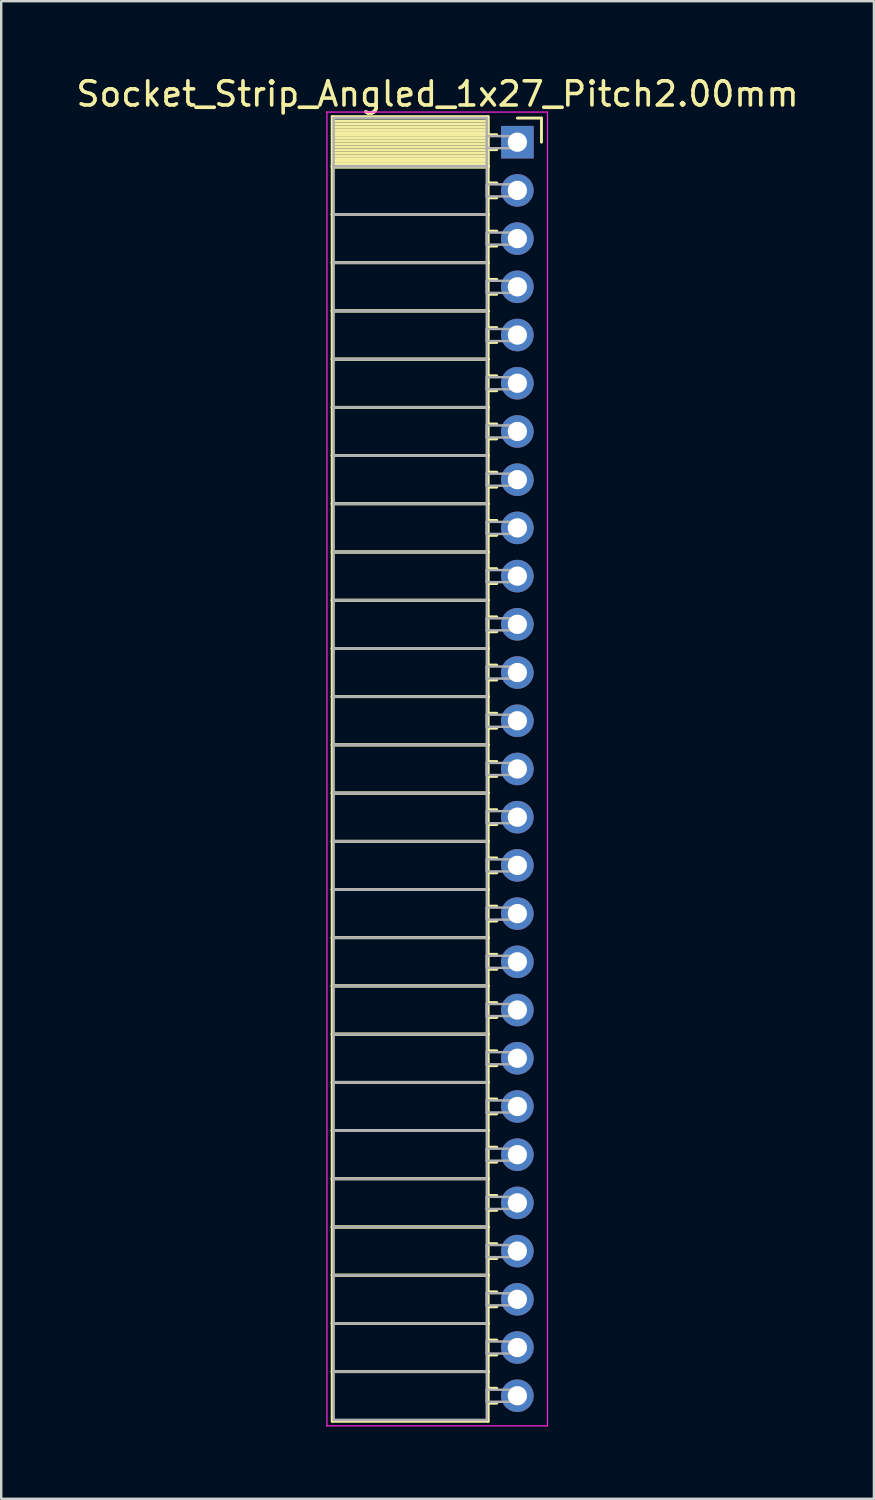
<source format=kicad_pcb>
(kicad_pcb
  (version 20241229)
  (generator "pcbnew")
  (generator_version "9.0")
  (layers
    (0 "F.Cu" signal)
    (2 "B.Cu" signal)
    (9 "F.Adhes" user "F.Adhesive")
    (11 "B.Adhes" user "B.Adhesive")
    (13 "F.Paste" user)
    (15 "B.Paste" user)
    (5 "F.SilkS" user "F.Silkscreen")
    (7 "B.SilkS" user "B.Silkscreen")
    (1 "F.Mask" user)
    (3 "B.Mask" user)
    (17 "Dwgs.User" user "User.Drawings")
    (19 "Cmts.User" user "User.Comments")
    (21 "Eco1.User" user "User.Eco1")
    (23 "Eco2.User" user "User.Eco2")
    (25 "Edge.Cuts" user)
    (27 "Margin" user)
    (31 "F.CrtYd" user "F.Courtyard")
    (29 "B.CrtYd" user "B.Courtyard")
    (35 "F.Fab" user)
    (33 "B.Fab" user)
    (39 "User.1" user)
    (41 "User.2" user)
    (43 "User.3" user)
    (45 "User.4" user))
  (footprint "Socket_Strip_Angled_1x27_Pitch2.00mm"
    (layer "F.Cu")
    (at 18.411 2.848)
    (property "Reference" "Socket_Strip_Angled_1x27_Pitch2.00mm" (at -3.31 -2 0) (layer "F.SilkS") (effects (font (size 1 1) (thickness 0.15))))
    (attr through_hole)
    (fp_line (start -7.68 -1.06) (end -1.21 -1.06) (stroke (width 0.12) (type solid)) (layer "F.SilkS"))
    (fp_line (start -7.68 1) (end -7.68 -1.06) (stroke (width 0.12) (type solid)) (layer "F.SilkS"))
    (fp_line (start -7.68 1) (end -1.21 1) (stroke (width 0.12) (type solid)) (layer "F.SilkS"))
    (fp_line (start -7.68 3) (end -7.68 1) (stroke (width 0.12) (type solid)) (layer "F.SilkS"))
    (fp_line (start -7.68 3) (end -1.21 3) (stroke (width 0.12) (type solid)) (layer "F.SilkS"))
    (fp_line (start -7.68 5) (end -7.68 3) (stroke (width 0.12) (type solid)) (layer "F.SilkS"))
    (fp_line (start -7.68 5) (end -1.21 5) (stroke (width 0.12) (type solid)) (layer "F.SilkS"))
    (fp_line (start -7.68 7) (end -7.68 5) (stroke (width 0.12) (type solid)) (layer "F.SilkS"))
    (fp_line (start -7.68 7) (end -1.21 7) (stroke (width 0.12) (type solid)) (layer "F.SilkS"))
    (fp_line (start -7.68 9) (end -7.68 7) (stroke (width 0.12) (type solid)) (layer "F.SilkS"))
    (fp_line (start -7.68 9) (end -1.21 9) (stroke (width 0.12) (type solid)) (layer "F.SilkS"))
    (fp_line (start -7.68 11) (end -7.68 9) (stroke (width 0.12) (type solid)) (layer "F.SilkS"))
    (fp_line (start -7.68 11) (end -1.21 11) (stroke (width 0.12) (type solid)) (layer "F.SilkS"))
    (fp_line (start -7.68 13) (end -7.68 11) (stroke (width 0.12) (type solid)) (layer "F.SilkS"))
    (fp_line (start -7.68 13) (end -1.21 13) (stroke (width 0.12) (type solid)) (layer "F.SilkS"))
    (fp_line (start -7.68 15) (end -7.68 13) (stroke (width 0.12) (type solid)) (layer "F.SilkS"))
    (fp_line (start -7.68 15) (end -1.21 15) (stroke (width 0.12) (type solid)) (layer "F.SilkS"))
    (fp_line (start -7.68 17) (end -7.68 15) (stroke (width 0.12) (type solid)) (layer "F.SilkS"))
    (fp_line (start -7.68 17) (end -1.21 17) (stroke (width 0.12) (type solid)) (layer "F.SilkS"))
    (fp_line (start -7.68 19) (end -7.68 17) (stroke (width 0.12) (type solid)) (layer "F.SilkS"))
    (fp_line (start -7.68 19) (end -1.21 19) (stroke (width 0.12) (type solid)) (layer "F.SilkS"))
    (fp_line (start -7.68 21) (end -7.68 19) (stroke (width 0.12) (type solid)) (layer "F.SilkS"))
    (fp_line (start -7.68 21) (end -1.21 21) (stroke (width 0.12) (type solid)) (layer "F.SilkS"))
    (fp_line (start -7.68 23) (end -7.68 21) (stroke (width 0.12) (type solid)) (layer "F.SilkS"))
    (fp_line (start -7.68 23) (end -1.21 23) (stroke (width 0.12) (type solid)) (layer "F.SilkS"))
    (fp_line (start -7.68 25) (end -7.68 23) (stroke (width 0.12) (type solid)) (layer "F.SilkS"))
    (fp_line (start -7.68 25) (end -1.21 25) (stroke (width 0.12) (type solid)) (layer "F.SilkS"))
    (fp_line (start -7.68 27) (end -7.68 25) (stroke (width 0.12) (type solid)) (layer "F.SilkS"))
    (fp_line (start -7.68 27) (end -1.21 27) (stroke (width 0.12) (type solid)) (layer "F.SilkS"))
    (fp_line (start -7.68 29) (end -7.68 27) (stroke (width 0.12) (type solid)) (layer "F.SilkS"))
    (fp_line (start -7.68 29) (end -1.21 29) (stroke (width 0.12) (type solid)) (layer "F.SilkS"))
    (fp_line (start -7.68 31) (end -7.68 29) (stroke (width 0.12) (type solid)) (layer "F.SilkS"))
    (fp_line (start -7.68 31) (end -1.21 31) (stroke (width 0.12) (type solid)) (layer "F.SilkS"))
    (fp_line (start -7.68 33) (end -7.68 31) (stroke (width 0.12) (type solid)) (layer "F.SilkS"))
    (fp_line (start -7.68 33) (end -1.21 33) (stroke (width 0.12) (type solid)) (layer "F.SilkS"))
    (fp_line (start -7.68 35) (end -7.68 33) (stroke (width 0.12) (type solid)) (layer "F.SilkS"))
    (fp_line (start -7.68 35) (end -1.21 35) (stroke (width 0.12) (type solid)) (layer "F.SilkS"))
    (fp_line (start -7.68 37) (end -7.68 35) (stroke (width 0.12) (type solid)) (layer "F.SilkS"))
    (fp_line (start -7.68 37) (end -1.21 37) (stroke (width 0.12) (type solid)) (layer "F.SilkS"))
    (fp_line (start -7.68 39) (end -7.68 37) (stroke (width 0.12) (type solid)) (layer "F.SilkS"))
    (fp_line (start -7.68 39) (end -1.21 39) (stroke (width 0.12) (type solid)) (layer "F.SilkS"))
    (fp_line (start -7.68 41) (end -7.68 39) (stroke (width 0.12) (type solid)) (layer "F.SilkS"))
    (fp_line (start -7.68 41) (end -1.21 41) (stroke (width 0.12) (type solid)) (layer "F.SilkS"))
    (fp_line (start -7.68 43) (end -7.68 41) (stroke (width 0.12) (type solid)) (layer "F.SilkS"))
    (fp_line (start -7.68 43) (end -1.21 43) (stroke (width 0.12) (type solid)) (layer "F.SilkS"))
    (fp_line (start -7.68 45) (end -7.68 43) (stroke (width 0.12) (type solid)) (layer "F.SilkS"))
    (fp_line (start -7.68 45) (end -1.21 45) (stroke (width 0.12) (type solid)) (layer "F.SilkS"))
    (fp_line (start -7.68 47) (end -7.68 45) (stroke (width 0.12) (type solid)) (layer "F.SilkS"))
    (fp_line (start -7.68 47) (end -1.21 47) (stroke (width 0.12) (type solid)) (layer "F.SilkS"))
    (fp_line (start -7.68 49) (end -7.68 47) (stroke (width 0.12) (type solid)) (layer "F.SilkS"))
    (fp_line (start -7.68 49) (end -1.21 49) (stroke (width 0.12) (type solid)) (layer "F.SilkS"))
    (fp_line (start -7.68 51) (end -7.68 49) (stroke (width 0.12) (type solid)) (layer "F.SilkS"))
    (fp_line (start -7.68 51) (end -1.21 51) (stroke (width 0.12) (type solid)) (layer "F.SilkS"))
    (fp_line (start -7.68 53.06) (end -7.68 51) (stroke (width 0.12) (type solid)) (layer "F.SilkS"))
    (fp_line (start -1.21 -1.06) (end -1.21 1) (stroke (width 0.12) (type solid)) (layer "F.SilkS"))
    (fp_line (start -1.21 -0.88) (end -7.68 -0.88) (stroke (width 0.12) (type solid)) (layer "F.SilkS"))
    (fp_line (start -1.21 -0.76) (end -7.68 -0.76) (stroke (width 0.12) (type solid)) (layer "F.SilkS"))
    (fp_line (start -1.21 -0.64) (end -7.68 -0.64) (stroke (width 0.12) (type solid)) (layer "F.SilkS"))
    (fp_line (start -1.21 -0.52) (end -7.68 -0.52) (stroke (width 0.12) (type solid)) (layer "F.SilkS"))
    (fp_line (start -1.21 -0.4) (end -7.68 -0.4) (stroke (width 0.12) (type solid)) (layer "F.SilkS"))
    (fp_line (start -1.21 -0.28) (end -7.68 -0.28) (stroke (width 0.12) (type solid)) (layer "F.SilkS"))
    (fp_line (start -1.21 -0.16) (end -7.68 -0.16) (stroke (width 0.12) (type solid)) (layer "F.SilkS"))
    (fp_line (start -1.21 -0.04) (end -7.68 -0.04) (stroke (width 0.12) (type solid)) (layer "F.SilkS"))
    (fp_line (start -1.21 0.08) (end -7.68 0.08) (stroke (width 0.12) (type solid)) (layer "F.SilkS"))
    (fp_line (start -1.21 0.2) (end -7.68 0.2) (stroke (width 0.12) (type solid)) (layer "F.SilkS"))
    (fp_line (start -1.21 0.32) (end -7.68 0.32) (stroke (width 0.12) (type solid)) (layer "F.SilkS"))
    (fp_line (start -1.21 0.44) (end -7.68 0.44) (stroke (width 0.12) (type solid)) (layer "F.SilkS"))
    (fp_line (start -1.21 0.56) (end -7.68 0.56) (stroke (width 0.12) (type solid)) (layer "F.SilkS"))
    (fp_line (start -1.21 0.68) (end -7.68 0.68) (stroke (width 0.12) (type solid)) (layer "F.SilkS"))
    (fp_line (start -1.21 0.8) (end -7.68 0.8) (stroke (width 0.12) (type solid)) (layer "F.SilkS"))
    (fp_line (start -1.21 0.92) (end -7.68 0.92) (stroke (width 0.12) (type solid)) (layer "F.SilkS"))
    (fp_line (start -1.21 1) (end -7.68 1) (stroke (width 0.12) (type solid)) (layer "F.SilkS"))
    (fp_line (start -1.21 1) (end -1.21 3) (stroke (width 0.12) (type solid)) (layer "F.SilkS"))
    (fp_line (start -1.21 1.04) (end -7.68 1.04) (stroke (width 0.12) (type solid)) (layer "F.SilkS"))
    (fp_line (start -1.21 3) (end -7.68 3) (stroke (width 0.12) (type solid)) (layer "F.SilkS"))
    (fp_line (start -1.21 3) (end -1.21 5) (stroke (width 0.12) (type solid)) (layer "F.SilkS"))
    (fp_line (start -1.21 5) (end -7.68 5) (stroke (width 0.12) (type solid)) (layer "F.SilkS"))
    (fp_line (start -1.21 5) (end -1.21 7) (stroke (width 0.12) (type solid)) (layer "F.SilkS"))
    (fp_line (start -1.21 7) (end -7.68 7) (stroke (width 0.12) (type solid)) (layer "F.SilkS"))
    (fp_line (start -1.21 7) (end -1.21 9) (stroke (width 0.12) (type solid)) (layer "F.SilkS"))
    (fp_line (start -1.21 9) (end -7.68 9) (stroke (width 0.12) (type solid)) (layer "F.SilkS"))
    (fp_line (start -1.21 9) (end -1.21 11) (stroke (width 0.12) (type solid)) (layer "F.SilkS"))
    (fp_line (start -1.21 11) (end -7.68 11) (stroke (width 0.12) (type solid)) (layer "F.SilkS"))
    (fp_line (start -1.21 11) (end -1.21 13) (stroke (width 0.12) (type solid)) (layer "F.SilkS"))
    (fp_line (start -1.21 13) (end -7.68 13) (stroke (width 0.12) (type solid)) (layer "F.SilkS"))
    (fp_line (start -1.21 13) (end -1.21 15) (stroke (width 0.12) (type solid)) (layer "F.SilkS"))
    (fp_line (start -1.21 15) (end -7.68 15) (stroke (width 0.12) (type solid)) (layer "F.SilkS"))
    (fp_line (start -1.21 15) (end -1.21 17) (stroke (width 0.12) (type solid)) (layer "F.SilkS"))
    (fp_line (start -1.21 17) (end -7.68 17) (stroke (width 0.12) (type solid)) (layer "F.SilkS"))
    (fp_line (start -1.21 17) (end -1.21 19) (stroke (width 0.12) (type solid)) (layer "F.SilkS"))
    (fp_line (start -1.21 19) (end -7.68 19) (stroke (width 0.12) (type solid)) (layer "F.SilkS"))
    (fp_line (start -1.21 19) (end -1.21 21) (stroke (width 0.12) (type solid)) (layer "F.SilkS"))
    (fp_line (start -1.21 21) (end -7.68 21) (stroke (width 0.12) (type solid)) (layer "F.SilkS"))
    (fp_line (start -1.21 21) (end -1.21 23) (stroke (width 0.12) (type solid)) (layer "F.SilkS"))
    (fp_line (start -1.21 23) (end -7.68 23) (stroke (width 0.12) (type solid)) (layer "F.SilkS"))
    (fp_line (start -1.21 23) (end -1.21 25) (stroke (width 0.12) (type solid)) (layer "F.SilkS"))
    (fp_line (start -1.21 25) (end -7.68 25) (stroke (width 0.12) (type solid)) (layer "F.SilkS"))
    (fp_line (start -1.21 25) (end -1.21 27) (stroke (width 0.12) (type solid)) (layer "F.SilkS"))
    (fp_line (start -1.21 27) (end -7.68 27) (stroke (width 0.12) (type solid)) (layer "F.SilkS"))
    (fp_line (start -1.21 27) (end -1.21 29) (stroke (width 0.12) (type solid)) (layer "F.SilkS"))
    (fp_line (start -1.21 29) (end -7.68 29) (stroke (width 0.12) (type solid)) (layer "F.SilkS"))
    (fp_line (start -1.21 29) (end -1.21 31) (stroke (width 0.12) (type solid)) (layer "F.SilkS"))
    (fp_line (start -1.21 31) (end -7.68 31) (stroke (width 0.12) (type solid)) (layer "F.SilkS"))
    (fp_line (start -1.21 31) (end -1.21 33) (stroke (width 0.12) (type solid)) (layer "F.SilkS"))
    (fp_line (start -1.21 33) (end -7.68 33) (stroke (width 0.12) (type solid)) (layer "F.SilkS"))
    (fp_line (start -1.21 33) (end -1.21 35) (stroke (width 0.12) (type solid)) (layer "F.SilkS"))
    (fp_line (start -1.21 35) (end -7.68 35) (stroke (width 0.12) (type solid)) (layer "F.SilkS"))
    (fp_line (start -1.21 35) (end -1.21 37) (stroke (width 0.12) (type solid)) (layer "F.SilkS"))
    (fp_line (start -1.21 37) (end -7.68 37) (stroke (width 0.12) (type solid)) (layer "F.SilkS"))
    (fp_line (start -1.21 37) (end -1.21 39) (stroke (width 0.12) (type solid)) (layer "F.SilkS"))
    (fp_line (start -1.21 39) (end -7.68 39) (stroke (width 0.12) (type solid)) (layer "F.SilkS"))
    (fp_line (start -1.21 39) (end -1.21 41) (stroke (width 0.12) (type solid)) (layer "F.SilkS"))
    (fp_line (start -1.21 41) (end -7.68 41) (stroke (width 0.12) (type solid)) (layer "F.SilkS"))
    (fp_line (start -1.21 41) (end -1.21 43) (stroke (width 0.12) (type solid)) (layer "F.SilkS"))
    (fp_line (start -1.21 43) (end -7.68 43) (stroke (width 0.12) (type solid)) (layer "F.SilkS"))
    (fp_line (start -1.21 43) (end -1.21 45) (stroke (width 0.12) (type solid)) (layer "F.SilkS"))
    (fp_line (start -1.21 45) (end -7.68 45) (stroke (width 0.12) (type solid)) (layer "F.SilkS"))
    (fp_line (start -1.21 45) (end -1.21 47) (stroke (width 0.12) (type solid)) (layer "F.SilkS"))
    (fp_line (start -1.21 47) (end -7.68 47) (stroke (width 0.12) (type solid)) (layer "F.SilkS"))
    (fp_line (start -1.21 47) (end -1.21 49) (stroke (width 0.12) (type solid)) (layer "F.SilkS"))
    (fp_line (start -1.21 49) (end -7.68 49) (stroke (width 0.12) (type solid)) (layer "F.SilkS"))
    (fp_line (start -1.21 49) (end -1.21 51) (stroke (width 0.12) (type solid)) (layer "F.SilkS"))
    (fp_line (start -1.21 51) (end -7.68 51) (stroke (width 0.12) (type solid)) (layer "F.SilkS"))
    (fp_line (start -1.21 51) (end -1.21 53.06) (stroke (width 0.12) (type solid)) (layer "F.SilkS"))
    (fp_line (start -1.21 53.06) (end -7.68 53.06) (stroke (width 0.12) (type solid)) (layer "F.SilkS"))
    (fp_line (start -0.855 -0.31) (end -1.21 -0.31) (stroke (width 0.12) (type solid)) (layer "F.SilkS"))
    (fp_line (start -0.855 0.31) (end -1.21 0.31) (stroke (width 0.12) (type solid)) (layer "F.SilkS"))
    (fp_line (start -0.855 1.69) (end -1.21 1.69) (stroke (width 0.12) (type solid)) (layer "F.SilkS"))
    (fp_line (start -0.855 2.31) (end -1.21 2.31) (stroke (width 0.12) (type solid)) (layer "F.SilkS"))
    (fp_line (start -0.855 3.69) (end -1.21 3.69) (stroke (width 0.12) (type solid)) (layer "F.SilkS"))
    (fp_line (start -0.855 4.31) (end -1.21 4.31) (stroke (width 0.12) (type solid)) (layer "F.SilkS"))
    (fp_line (start -0.855 5.69) (end -1.21 5.69) (stroke (width 0.12) (type solid)) (layer "F.SilkS"))
    (fp_line (start -0.855 6.31) (end -1.21 6.31) (stroke (width 0.12) (type solid)) (layer "F.SilkS"))
    (fp_line (start -0.855 7.69) (end -1.21 7.69) (stroke (width 0.12) (type solid)) (layer "F.SilkS"))
    (fp_line (start -0.855 8.31) (end -1.21 8.31) (stroke (width 0.12) (type solid)) (layer "F.SilkS"))
    (fp_line (start -0.855 9.69) (end -1.21 9.69) (stroke (width 0.12) (type solid)) (layer "F.SilkS"))
    (fp_line (start -0.855 10.31) (end -1.21 10.31) (stroke (width 0.12) (type solid)) (layer "F.SilkS"))
    (fp_line (start -0.855 11.69) (end -1.21 11.69) (stroke (width 0.12) (type solid)) (layer "F.SilkS"))
    (fp_line (start -0.855 12.31) (end -1.21 12.31) (stroke (width 0.12) (type solid)) (layer "F.SilkS"))
    (fp_line (start -0.855 13.69) (end -1.21 13.69) (stroke (width 0.12) (type solid)) (layer "F.SilkS"))
    (fp_line (start -0.855 14.31) (end -1.21 14.31) (stroke (width 0.12) (type solid)) (layer "F.SilkS"))
    (fp_line (start -0.855 15.69) (end -1.21 15.69) (stroke (width 0.12) (type solid)) (layer "F.SilkS"))
    (fp_line (start -0.855 16.31) (end -1.21 16.31) (stroke (width 0.12) (type solid)) (layer "F.SilkS"))
    (fp_line (start -0.855 17.69) (end -1.21 17.69) (stroke (width 0.12) (type solid)) (layer "F.SilkS"))
    (fp_line (start -0.855 18.31) (end -1.21 18.31) (stroke (width 0.12) (type solid)) (layer "F.SilkS"))
    (fp_line (start -0.855 19.69) (end -1.21 19.69) (stroke (width 0.12) (type solid)) (layer "F.SilkS"))
    (fp_line (start -0.855 20.31) (end -1.21 20.31) (stroke (width 0.12) (type solid)) (layer "F.SilkS"))
    (fp_line (start -0.855 21.69) (end -1.21 21.69) (stroke (width 0.12) (type solid)) (layer "F.SilkS"))
    (fp_line (start -0.855 22.31) (end -1.21 22.31) (stroke (width 0.12) (type solid)) (layer "F.SilkS"))
    (fp_line (start -0.855 23.69) (end -1.21 23.69) (stroke (width 0.12) (type solid)) (layer "F.SilkS"))
    (fp_line (start -0.855 24.31) (end -1.21 24.31) (stroke (width 0.12) (type solid)) (layer "F.SilkS"))
    (fp_line (start -0.855 25.69) (end -1.21 25.69) (stroke (width 0.12) (type solid)) (layer "F.SilkS"))
    (fp_line (start -0.855 26.31) (end -1.21 26.31) (stroke (width 0.12) (type solid)) (layer "F.SilkS"))
    (fp_line (start -0.855 27.69) (end -1.21 27.69) (stroke (width 0.12) (type solid)) (layer "F.SilkS"))
    (fp_line (start -0.855 28.31) (end -1.21 28.31) (stroke (width 0.12) (type solid)) (layer "F.SilkS"))
    (fp_line (start -0.855 29.69) (end -1.21 29.69) (stroke (width 0.12) (type solid)) (layer "F.SilkS"))
    (fp_line (start -0.855 30.31) (end -1.21 30.31) (stroke (width 0.12) (type solid)) (layer "F.SilkS"))
    (fp_line (start -0.855 31.69) (end -1.21 31.69) (stroke (width 0.12) (type solid)) (layer "F.SilkS"))
    (fp_line (start -0.855 32.31) (end -1.21 32.31) (stroke (width 0.12) (type solid)) (layer "F.SilkS"))
    (fp_line (start -0.855 33.69) (end -1.21 33.69) (stroke (width 0.12) (type solid)) (layer "F.SilkS"))
    (fp_line (start -0.855 34.31) (end -1.21 34.31) (stroke (width 0.12) (type solid)) (layer "F.SilkS"))
    (fp_line (start -0.855 35.69) (end -1.21 35.69) (stroke (width 0.12) (type solid)) (layer "F.SilkS"))
    (fp_line (start -0.855 36.31) (end -1.21 36.31) (stroke (width 0.12) (type solid)) (layer "F.SilkS"))
    (fp_line (start -0.855 37.69) (end -1.21 37.69) (stroke (width 0.12) (type solid)) (layer "F.SilkS"))
    (fp_line (start -0.855 38.31) (end -1.21 38.31) (stroke (width 0.12) (type solid)) (layer "F.SilkS"))
    (fp_line (start -0.855 39.69) (end -1.21 39.69) (stroke (width 0.12) (type solid)) (layer "F.SilkS"))
    (fp_line (start -0.855 40.31) (end -1.21 40.31) (stroke (width 0.12) (type solid)) (layer "F.SilkS"))
    (fp_line (start -0.855 41.69) (end -1.21 41.69) (stroke (width 0.12) (type solid)) (layer "F.SilkS"))
    (fp_line (start -0.855 42.31) (end -1.21 42.31) (stroke (width 0.12) (type solid)) (layer "F.SilkS"))
    (fp_line (start -0.855 43.69) (end -1.21 43.69) (stroke (width 0.12) (type solid)) (layer "F.SilkS"))
    (fp_line (start -0.855 44.31) (end -1.21 44.31) (stroke (width 0.12) (type solid)) (layer "F.SilkS"))
    (fp_line (start -0.855 45.69) (end -1.21 45.69) (stroke (width 0.12) (type solid)) (layer "F.SilkS"))
    (fp_line (start -0.855 46.31) (end -1.21 46.31) (stroke (width 0.12) (type solid)) (layer "F.SilkS"))
    (fp_line (start -0.855 47.69) (end -1.21 47.69) (stroke (width 0.12) (type solid)) (layer "F.SilkS"))
    (fp_line (start -0.855 48.31) (end -1.21 48.31) (stroke (width 0.12) (type solid)) (layer "F.SilkS"))
    (fp_line (start -0.855 49.69) (end -1.21 49.69) (stroke (width 0.12) (type solid)) (layer "F.SilkS"))
    (fp_line (start -0.855 50.31) (end -1.21 50.31) (stroke (width 0.12) (type solid)) (layer "F.SilkS"))
    (fp_line (start -0.855 51.69) (end -1.21 51.69) (stroke (width 0.12) (type solid)) (layer "F.SilkS"))
    (fp_line (start -0.855 52.31) (end -1.21 52.31) (stroke (width 0.12) (type solid)) (layer "F.SilkS"))
    (fp_line (start 0 -1) (end 1 -1) (stroke (width 0.12) (type solid)) (layer "F.SilkS"))
    (fp_line (start 1 -1) (end 1 0) (stroke (width 0.12) (type solid)) (layer "F.SilkS"))
    (fp_line (start -7.9 -1.25) (end 1.25 -1.25) (stroke (width 0.05) (type solid)) (layer "F.CrtYd"))
    (fp_line (start -7.9 53.25) (end -7.9 -1.25) (stroke (width 0.05) (type solid)) (layer "F.CrtYd"))
    (fp_line (start 1.25 -1.25) (end 1.25 53.25) (stroke (width 0.05) (type solid)) (layer "F.CrtYd"))
    (fp_line (start 1.25 53.25) (end -7.9 53.25) (stroke (width 0.05) (type solid)) (layer "F.CrtYd"))
    (fp_line (start -7.62 -1) (end -1.27 -1) (stroke (width 0.1) (type solid)) (layer "F.Fab"))
    (fp_line (start -7.62 1) (end -7.62 -1) (stroke (width 0.1) (type solid)) (layer "F.Fab"))
    (fp_line (start -7.62 1) (end -1.27 1) (stroke (width 0.1) (type solid)) (layer "F.Fab"))
    (fp_line (start -7.62 3) (end -7.62 1) (stroke (width 0.1) (type solid)) (layer "F.Fab"))
    (fp_line (start -7.62 3) (end -1.27 3) (stroke (width 0.1) (type solid)) (layer "F.Fab"))
    (fp_line (start -7.62 5) (end -7.62 3) (stroke (width 0.1) (type solid)) (layer "F.Fab"))
    (fp_line (start -7.62 5) (end -1.27 5) (stroke (width 0.1) (type solid)) (layer "F.Fab"))
    (fp_line (start -7.62 7) (end -7.62 5) (stroke (width 0.1) (type solid)) (layer "F.Fab"))
    (fp_line (start -7.62 7) (end -1.27 7) (stroke (width 0.1) (type solid)) (layer "F.Fab"))
    (fp_line (start -7.62 9) (end -7.62 7) (stroke (width 0.1) (type solid)) (layer "F.Fab"))
    (fp_line (start -7.62 9) (end -1.27 9) (stroke (width 0.1) (type solid)) (layer "F.Fab"))
    (fp_line (start -7.62 11) (end -7.62 9) (stroke (width 0.1) (type solid)) (layer "F.Fab"))
    (fp_line (start -7.62 11) (end -1.27 11) (stroke (width 0.1) (type solid)) (layer "F.Fab"))
    (fp_line (start -7.62 13) (end -7.62 11) (stroke (width 0.1) (type solid)) (layer "F.Fab"))
    (fp_line (start -7.62 13) (end -1.27 13) (stroke (width 0.1) (type solid)) (layer "F.Fab"))
    (fp_line (start -7.62 15) (end -7.62 13) (stroke (width 0.1) (type solid)) (layer "F.Fab"))
    (fp_line (start -7.62 15) (end -1.27 15) (stroke (width 0.1) (type solid)) (layer "F.Fab"))
    (fp_line (start -7.62 17) (end -7.62 15) (stroke (width 0.1) (type solid)) (layer "F.Fab"))
    (fp_line (start -7.62 17) (end -1.27 17) (stroke (width 0.1) (type solid)) (layer "F.Fab"))
    (fp_line (start -7.62 19) (end -7.62 17) (stroke (width 0.1) (type solid)) (layer "F.Fab"))
    (fp_line (start -7.62 19) (end -1.27 19) (stroke (width 0.1) (type solid)) (layer "F.Fab"))
    (fp_line (start -7.62 21) (end -7.62 19) (stroke (width 0.1) (type solid)) (layer "F.Fab"))
    (fp_line (start -7.62 21) (end -1.27 21) (stroke (width 0.1) (type solid)) (layer "F.Fab"))
    (fp_line (start -7.62 23) (end -7.62 21) (stroke (width 0.1) (type solid)) (layer "F.Fab"))
    (fp_line (start -7.62 23) (end -1.27 23) (stroke (width 0.1) (type solid)) (layer "F.Fab"))
    (fp_line (start -7.62 25) (end -7.62 23) (stroke (width 0.1) (type solid)) (layer "F.Fab"))
    (fp_line (start -7.62 25) (end -1.27 25) (stroke (width 0.1) (type solid)) (layer "F.Fab"))
    (fp_line (start -7.62 27) (end -7.62 25) (stroke (width 0.1) (type solid)) (layer "F.Fab"))
    (fp_line (start -7.62 27) (end -1.27 27) (stroke (width 0.1) (type solid)) (layer "F.Fab"))
    (fp_line (start -7.62 29) (end -7.62 27) (stroke (width 0.1) (type solid)) (layer "F.Fab"))
    (fp_line (start -7.62 29) (end -1.27 29) (stroke (width 0.1) (type solid)) (layer "F.Fab"))
    (fp_line (start -7.62 31) (end -7.62 29) (stroke (width 0.1) (type solid)) (layer "F.Fab"))
    (fp_line (start -7.62 31) (end -1.27 31) (stroke (width 0.1) (type solid)) (layer "F.Fab"))
    (fp_line (start -7.62 33) (end -7.62 31) (stroke (width 0.1) (type solid)) (layer "F.Fab"))
    (fp_line (start -7.62 33) (end -1.27 33) (stroke (width 0.1) (type solid)) (layer "F.Fab"))
    (fp_line (start -7.62 35) (end -7.62 33) (stroke (width 0.1) (type solid)) (layer "F.Fab"))
    (fp_line (start -7.62 35) (end -1.27 35) (stroke (width 0.1) (type solid)) (layer "F.Fab"))
    (fp_line (start -7.62 37) (end -7.62 35) (stroke (width 0.1) (type solid)) (layer "F.Fab"))
    (fp_line (start -7.62 37) (end -1.27 37) (stroke (width 0.1) (type solid)) (layer "F.Fab"))
    (fp_line (start -7.62 39) (end -7.62 37) (stroke (width 0.1) (type solid)) (layer "F.Fab"))
    (fp_line (start -7.62 39) (end -1.27 39) (stroke (width 0.1) (type solid)) (layer "F.Fab"))
    (fp_line (start -7.62 41) (end -7.62 39) (stroke (width 0.1) (type solid)) (layer "F.Fab"))
    (fp_line (start -7.62 41) (end -1.27 41) (stroke (width 0.1) (type solid)) (layer "F.Fab"))
    (fp_line (start -7.62 43) (end -7.62 41) (stroke (width 0.1) (type solid)) (layer "F.Fab"))
    (fp_line (start -7.62 43) (end -1.27 43) (stroke (width 0.1) (type solid)) (layer "F.Fab"))
    (fp_line (start -7.62 45) (end -7.62 43) (stroke (width 0.1) (type solid)) (layer "F.Fab"))
    (fp_line (start -7.62 45) (end -1.27 45) (stroke (width 0.1) (type solid)) (layer "F.Fab"))
    (fp_line (start -7.62 47) (end -7.62 45) (stroke (width 0.1) (type solid)) (layer "F.Fab"))
    (fp_line (start -7.62 47) (end -1.27 47) (stroke (width 0.1) (type solid)) (layer "F.Fab"))
    (fp_line (start -7.62 49) (end -7.62 47) (stroke (width 0.1) (type solid)) (layer "F.Fab"))
    (fp_line (start -7.62 49) (end -1.27 49) (stroke (width 0.1) (type solid)) (layer "F.Fab"))
    (fp_line (start -7.62 51) (end -7.62 49) (stroke (width 0.1) (type solid)) (layer "F.Fab"))
    (fp_line (start -7.62 51) (end -1.27 51) (stroke (width 0.1) (type solid)) (layer "F.Fab"))
    (fp_line (start -7.62 53) (end -7.62 51) (stroke (width 0.1) (type solid)) (layer "F.Fab"))
    (fp_line (start -1.27 -1) (end -1.27 1) (stroke (width 0.1) (type solid)) (layer "F.Fab"))
    (fp_line (start -1.27 -0.25) (end 0 -0.25) (stroke (width 0.1) (type solid)) (layer "F.Fab"))
    (fp_line (start -1.27 0.25) (end -1.27 -0.25) (stroke (width 0.1) (type solid)) (layer "F.Fab"))
    (fp_line (start -1.27 1) (end -7.62 1) (stroke (width 0.1) (type solid)) (layer "F.Fab"))
    (fp_line (start -1.27 1) (end -1.27 3) (stroke (width 0.1) (type solid)) (layer "F.Fab"))
    (fp_line (start -1.27 1.75) (end 0 1.75) (stroke (width 0.1) (type solid)) (layer "F.Fab"))
    (fp_line (start -1.27 2.25) (end -1.27 1.75) (stroke (width 0.1) (type solid)) (layer "F.Fab"))
    (fp_line (start -1.27 3) (end -7.62 3) (stroke (width 0.1) (type solid)) (layer "F.Fab"))
    (fp_line (start -1.27 3) (end -1.27 5) (stroke (width 0.1) (type solid)) (layer "F.Fab"))
    (fp_line (start -1.27 3.75) (end 0 3.75) (stroke (width 0.1) (type solid)) (layer "F.Fab"))
    (fp_line (start -1.27 4.25) (end -1.27 3.75) (stroke (width 0.1) (type solid)) (layer "F.Fab"))
    (fp_line (start -1.27 5) (end -7.62 5) (stroke (width 0.1) (type solid)) (layer "F.Fab"))
    (fp_line (start -1.27 5) (end -1.27 7) (stroke (width 0.1) (type solid)) (layer "F.Fab"))
    (fp_line (start -1.27 5.75) (end 0 5.75) (stroke (width 0.1) (type solid)) (layer "F.Fab"))
    (fp_line (start -1.27 6.25) (end -1.27 5.75) (stroke (width 0.1) (type solid)) (layer "F.Fab"))
    (fp_line (start -1.27 7) (end -7.62 7) (stroke (width 0.1) (type solid)) (layer "F.Fab"))
    (fp_line (start -1.27 7) (end -1.27 9) (stroke (width 0.1) (type solid)) (layer "F.Fab"))
    (fp_line (start -1.27 7.75) (end 0 7.75) (stroke (width 0.1) (type solid)) (layer "F.Fab"))
    (fp_line (start -1.27 8.25) (end -1.27 7.75) (stroke (width 0.1) (type solid)) (layer "F.Fab"))
    (fp_line (start -1.27 9) (end -7.62 9) (stroke (width 0.1) (type solid)) (layer "F.Fab"))
    (fp_line (start -1.27 9) (end -1.27 11) (stroke (width 0.1) (type solid)) (layer "F.Fab"))
    (fp_line (start -1.27 9.75) (end 0 9.75) (stroke (width 0.1) (type solid)) (layer "F.Fab"))
    (fp_line (start -1.27 10.25) (end -1.27 9.75) (stroke (width 0.1) (type solid)) (layer "F.Fab"))
    (fp_line (start -1.27 11) (end -7.62 11) (stroke (width 0.1) (type solid)) (layer "F.Fab"))
    (fp_line (start -1.27 11) (end -1.27 13) (stroke (width 0.1) (type solid)) (layer "F.Fab"))
    (fp_line (start -1.27 11.75) (end 0 11.75) (stroke (width 0.1) (type solid)) (layer "F.Fab"))
    (fp_line (start -1.27 12.25) (end -1.27 11.75) (stroke (width 0.1) (type solid)) (layer "F.Fab"))
    (fp_line (start -1.27 13) (end -7.62 13) (stroke (width 0.1) (type solid)) (layer "F.Fab"))
    (fp_line (start -1.27 13) (end -1.27 15) (stroke (width 0.1) (type solid)) (layer "F.Fab"))
    (fp_line (start -1.27 13.75) (end 0 13.75) (stroke (width 0.1) (type solid)) (layer "F.Fab"))
    (fp_line (start -1.27 14.25) (end -1.27 13.75) (stroke (width 0.1) (type solid)) (layer "F.Fab"))
    (fp_line (start -1.27 15) (end -7.62 15) (stroke (width 0.1) (type solid)) (layer "F.Fab"))
    (fp_line (start -1.27 15) (end -1.27 17) (stroke (width 0.1) (type solid)) (layer "F.Fab"))
    (fp_line (start -1.27 15.75) (end 0 15.75) (stroke (width 0.1) (type solid)) (layer "F.Fab"))
    (fp_line (start -1.27 16.25) (end -1.27 15.75) (stroke (width 0.1) (type solid)) (layer "F.Fab"))
    (fp_line (start -1.27 17) (end -7.62 17) (stroke (width 0.1) (type solid)) (layer "F.Fab"))
    (fp_line (start -1.27 17) (end -1.27 19) (stroke (width 0.1) (type solid)) (layer "F.Fab"))
    (fp_line (start -1.27 17.75) (end 0 17.75) (stroke (width 0.1) (type solid)) (layer "F.Fab"))
    (fp_line (start -1.27 18.25) (end -1.27 17.75) (stroke (width 0.1) (type solid)) (layer "F.Fab"))
    (fp_line (start -1.27 19) (end -7.62 19) (stroke (width 0.1) (type solid)) (layer "F.Fab"))
    (fp_line (start -1.27 19) (end -1.27 21) (stroke (width 0.1) (type solid)) (layer "F.Fab"))
    (fp_line (start -1.27 19.75) (end 0 19.75) (stroke (width 0.1) (type solid)) (layer "F.Fab"))
    (fp_line (start -1.27 20.25) (end -1.27 19.75) (stroke (width 0.1) (type solid)) (layer "F.Fab"))
    (fp_line (start -1.27 21) (end -7.62 21) (stroke (width 0.1) (type solid)) (layer "F.Fab"))
    (fp_line (start -1.27 21) (end -1.27 23) (stroke (width 0.1) (type solid)) (layer "F.Fab"))
    (fp_line (start -1.27 21.75) (end 0 21.75) (stroke (width 0.1) (type solid)) (layer "F.Fab"))
    (fp_line (start -1.27 22.25) (end -1.27 21.75) (stroke (width 0.1) (type solid)) (layer "F.Fab"))
    (fp_line (start -1.27 23) (end -7.62 23) (stroke (width 0.1) (type solid)) (layer "F.Fab"))
    (fp_line (start -1.27 23) (end -1.27 25) (stroke (width 0.1) (type solid)) (layer "F.Fab"))
    (fp_line (start -1.27 23.75) (end 0 23.75) (stroke (width 0.1) (type solid)) (layer "F.Fab"))
    (fp_line (start -1.27 24.25) (end -1.27 23.75) (stroke (width 0.1) (type solid)) (layer "F.Fab"))
    (fp_line (start -1.27 25) (end -7.62 25) (stroke (width 0.1) (type solid)) (layer "F.Fab"))
    (fp_line (start -1.27 25) (end -1.27 27) (stroke (width 0.1) (type solid)) (layer "F.Fab"))
    (fp_line (start -1.27 25.75) (end 0 25.75) (stroke (width 0.1) (type solid)) (layer "F.Fab"))
    (fp_line (start -1.27 26.25) (end -1.27 25.75) (stroke (width 0.1) (type solid)) (layer "F.Fab"))
    (fp_line (start -1.27 27) (end -7.62 27) (stroke (width 0.1) (type solid)) (layer "F.Fab"))
    (fp_line (start -1.27 27) (end -1.27 29) (stroke (width 0.1) (type solid)) (layer "F.Fab"))
    (fp_line (start -1.27 27.75) (end 0 27.75) (stroke (width 0.1) (type solid)) (layer "F.Fab"))
    (fp_line (start -1.27 28.25) (end -1.27 27.75) (stroke (width 0.1) (type solid)) (layer "F.Fab"))
    (fp_line (start -1.27 29) (end -7.62 29) (stroke (width 0.1) (type solid)) (layer "F.Fab"))
    (fp_line (start -1.27 29) (end -1.27 31) (stroke (width 0.1) (type solid)) (layer "F.Fab"))
    (fp_line (start -1.27 29.75) (end 0 29.75) (stroke (width 0.1) (type solid)) (layer "F.Fab"))
    (fp_line (start -1.27 30.25) (end -1.27 29.75) (stroke (width 0.1) (type solid)) (layer "F.Fab"))
    (fp_line (start -1.27 31) (end -7.62 31) (stroke (width 0.1) (type solid)) (layer "F.Fab"))
    (fp_line (start -1.27 31) (end -1.27 33) (stroke (width 0.1) (type solid)) (layer "F.Fab"))
    (fp_line (start -1.27 31.75) (end 0 31.75) (stroke (width 0.1) (type solid)) (layer "F.Fab"))
    (fp_line (start -1.27 32.25) (end -1.27 31.75) (stroke (width 0.1) (type solid)) (layer "F.Fab"))
    (fp_line (start -1.27 33) (end -7.62 33) (stroke (width 0.1) (type solid)) (layer "F.Fab"))
    (fp_line (start -1.27 33) (end -1.27 35) (stroke (width 0.1) (type solid)) (layer "F.Fab"))
    (fp_line (start -1.27 33.75) (end 0 33.75) (stroke (width 0.1) (type solid)) (layer "F.Fab"))
    (fp_line (start -1.27 34.25) (end -1.27 33.75) (stroke (width 0.1) (type solid)) (layer "F.Fab"))
    (fp_line (start -1.27 35) (end -7.62 35) (stroke (width 0.1) (type solid)) (layer "F.Fab"))
    (fp_line (start -1.27 35) (end -1.27 37) (stroke (width 0.1) (type solid)) (layer "F.Fab"))
    (fp_line (start -1.27 35.75) (end 0 35.75) (stroke (width 0.1) (type solid)) (layer "F.Fab"))
    (fp_line (start -1.27 36.25) (end -1.27 35.75) (stroke (width 0.1) (type solid)) (layer "F.Fab"))
    (fp_line (start -1.27 37) (end -7.62 37) (stroke (width 0.1) (type solid)) (layer "F.Fab"))
    (fp_line (start -1.27 37) (end -1.27 39) (stroke (width 0.1) (type solid)) (layer "F.Fab"))
    (fp_line (start -1.27 37.75) (end 0 37.75) (stroke (width 0.1) (type solid)) (layer "F.Fab"))
    (fp_line (start -1.27 38.25) (end -1.27 37.75) (stroke (width 0.1) (type solid)) (layer "F.Fab"))
    (fp_line (start -1.27 39) (end -7.62 39) (stroke (width 0.1) (type solid)) (layer "F.Fab"))
    (fp_line (start -1.27 39) (end -1.27 41) (stroke (width 0.1) (type solid)) (layer "F.Fab"))
    (fp_line (start -1.27 39.75) (end 0 39.75) (stroke (width 0.1) (type solid)) (layer "F.Fab"))
    (fp_line (start -1.27 40.25) (end -1.27 39.75) (stroke (width 0.1) (type solid)) (layer "F.Fab"))
    (fp_line (start -1.27 41) (end -7.62 41) (stroke (width 0.1) (type solid)) (layer "F.Fab"))
    (fp_line (start -1.27 41) (end -1.27 43) (stroke (width 0.1) (type solid)) (layer "F.Fab"))
    (fp_line (start -1.27 41.75) (end 0 41.75) (stroke (width 0.1) (type solid)) (layer "F.Fab"))
    (fp_line (start -1.27 42.25) (end -1.27 41.75) (stroke (width 0.1) (type solid)) (layer "F.Fab"))
    (fp_line (start -1.27 43) (end -7.62 43) (stroke (width 0.1) (type solid)) (layer "F.Fab"))
    (fp_line (start -1.27 43) (end -1.27 45) (stroke (width 0.1) (type solid)) (layer "F.Fab"))
    (fp_line (start -1.27 43.75) (end 0 43.75) (stroke (width 0.1) (type solid)) (layer "F.Fab"))
    (fp_line (start -1.27 44.25) (end -1.27 43.75) (stroke (width 0.1) (type solid)) (layer "F.Fab"))
    (fp_line (start -1.27 45) (end -7.62 45) (stroke (width 0.1) (type solid)) (layer "F.Fab"))
    (fp_line (start -1.27 45) (end -1.27 47) (stroke (width 0.1) (type solid)) (layer "F.Fab"))
    (fp_line (start -1.27 45.75) (end 0 45.75) (stroke (width 0.1) (type solid)) (layer "F.Fab"))
    (fp_line (start -1.27 46.25) (end -1.27 45.75) (stroke (width 0.1) (type solid)) (layer "F.Fab"))
    (fp_line (start -1.27 47) (end -7.62 47) (stroke (width 0.1) (type solid)) (layer "F.Fab"))
    (fp_line (start -1.27 47) (end -1.27 49) (stroke (width 0.1) (type solid)) (layer "F.Fab"))
    (fp_line (start -1.27 47.75) (end 0 47.75) (stroke (width 0.1) (type solid)) (layer "F.Fab"))
    (fp_line (start -1.27 48.25) (end -1.27 47.75) (stroke (width 0.1) (type solid)) (layer "F.Fab"))
    (fp_line (start -1.27 49) (end -7.62 49) (stroke (width 0.1) (type solid)) (layer "F.Fab"))
    (fp_line (start -1.27 49) (end -1.27 51) (stroke (width 0.1) (type solid)) (layer "F.Fab"))
    (fp_line (start -1.27 49.75) (end 0 49.75) (stroke (width 0.1) (type solid)) (layer "F.Fab"))
    (fp_line (start -1.27 50.25) (end -1.27 49.75) (stroke (width 0.1) (type solid)) (layer "F.Fab"))
    (fp_line (start -1.27 51) (end -7.62 51) (stroke (width 0.1) (type solid)) (layer "F.Fab"))
    (fp_line (start -1.27 51) (end -1.27 53) (stroke (width 0.1) (type solid)) (layer "F.Fab"))
    (fp_line (start -1.27 51.75) (end 0 51.75) (stroke (width 0.1) (type solid)) (layer "F.Fab"))
    (fp_line (start -1.27 52.25) (end -1.27 51.75) (stroke (width 0.1) (type solid)) (layer "F.Fab"))
    (fp_line (start -1.27 53) (end -7.62 53) (stroke (width 0.1) (type solid)) (layer "F.Fab"))
    (fp_line (start 0 -0.25) (end 0 0.25) (stroke (width 0.1) (type solid)) (layer "F.Fab"))
    (fp_line (start 0 0.25) (end -1.27 0.25) (stroke (width 0.1) (type solid)) (layer "F.Fab"))
    (fp_line (start 0 1.75) (end 0 2.25) (stroke (width 0.1) (type solid)) (layer "F.Fab"))
    (fp_line (start 0 2.25) (end -1.27 2.25) (stroke (width 0.1) (type solid)) (layer "F.Fab"))
    (fp_line (start 0 3.75) (end 0 4.25) (stroke (width 0.1) (type solid)) (layer "F.Fab"))
    (fp_line (start 0 4.25) (end -1.27 4.25) (stroke (width 0.1) (type solid)) (layer "F.Fab"))
    (fp_line (start 0 5.75) (end 0 6.25) (stroke (width 0.1) (type solid)) (layer "F.Fab"))
    (fp_line (start 0 6.25) (end -1.27 6.25) (stroke (width 0.1) (type solid)) (layer "F.Fab"))
    (fp_line (start 0 7.75) (end 0 8.25) (stroke (width 0.1) (type solid)) (layer "F.Fab"))
    (fp_line (start 0 8.25) (end -1.27 8.25) (stroke (width 0.1) (type solid)) (layer "F.Fab"))
    (fp_line (start 0 9.75) (end 0 10.25) (stroke (width 0.1) (type solid)) (layer "F.Fab"))
    (fp_line (start 0 10.25) (end -1.27 10.25) (stroke (width 0.1) (type solid)) (layer "F.Fab"))
    (fp_line (start 0 11.75) (end 0 12.25) (stroke (width 0.1) (type solid)) (layer "F.Fab"))
    (fp_line (start 0 12.25) (end -1.27 12.25) (stroke (width 0.1) (type solid)) (layer "F.Fab"))
    (fp_line (start 0 13.75) (end 0 14.25) (stroke (width 0.1) (type solid)) (layer "F.Fab"))
    (fp_line (start 0 14.25) (end -1.27 14.25) (stroke (width 0.1) (type solid)) (layer "F.Fab"))
    (fp_line (start 0 15.75) (end 0 16.25) (stroke (width 0.1) (type solid)) (layer "F.Fab"))
    (fp_line (start 0 16.25) (end -1.27 16.25) (stroke (width 0.1) (type solid)) (layer "F.Fab"))
    (fp_line (start 0 17.75) (end 0 18.25) (stroke (width 0.1) (type solid)) (layer "F.Fab"))
    (fp_line (start 0 18.25) (end -1.27 18.25) (stroke (width 0.1) (type solid)) (layer "F.Fab"))
    (fp_line (start 0 19.75) (end 0 20.25) (stroke (width 0.1) (type solid)) (layer "F.Fab"))
    (fp_line (start 0 20.25) (end -1.27 20.25) (stroke (width 0.1) (type solid)) (layer "F.Fab"))
    (fp_line (start 0 21.75) (end 0 22.25) (stroke (width 0.1) (type solid)) (layer "F.Fab"))
    (fp_line (start 0 22.25) (end -1.27 22.25) (stroke (width 0.1) (type solid)) (layer "F.Fab"))
    (fp_line (start 0 23.75) (end 0 24.25) (stroke (width 0.1) (type solid)) (layer "F.Fab"))
    (fp_line (start 0 24.25) (end -1.27 24.25) (stroke (width 0.1) (type solid)) (layer "F.Fab"))
    (fp_line (start 0 25.75) (end 0 26.25) (stroke (width 0.1) (type solid)) (layer "F.Fab"))
    (fp_line (start 0 26.25) (end -1.27 26.25) (stroke (width 0.1) (type solid)) (layer "F.Fab"))
    (fp_line (start 0 27.75) (end 0 28.25) (stroke (width 0.1) (type solid)) (layer "F.Fab"))
    (fp_line (start 0 28.25) (end -1.27 28.25) (stroke (width 0.1) (type solid)) (layer "F.Fab"))
    (fp_line (start 0 29.75) (end 0 30.25) (stroke (width 0.1) (type solid)) (layer "F.Fab"))
    (fp_line (start 0 30.25) (end -1.27 30.25) (stroke (width 0.1) (type solid)) (layer "F.Fab"))
    (fp_line (start 0 31.75) (end 0 32.25) (stroke (width 0.1) (type solid)) (layer "F.Fab"))
    (fp_line (start 0 32.25) (end -1.27 32.25) (stroke (width 0.1) (type solid)) (layer "F.Fab"))
    (fp_line (start 0 33.75) (end 0 34.25) (stroke (width 0.1) (type solid)) (layer "F.Fab"))
    (fp_line (start 0 34.25) (end -1.27 34.25) (stroke (width 0.1) (type solid)) (layer "F.Fab"))
    (fp_line (start 0 35.75) (end 0 36.25) (stroke (width 0.1) (type solid)) (layer "F.Fab"))
    (fp_line (start 0 36.25) (end -1.27 36.25) (stroke (width 0.1) (type solid)) (layer "F.Fab"))
    (fp_line (start 0 37.75) (end 0 38.25) (stroke (width 0.1) (type solid)) (layer "F.Fab"))
    (fp_line (start 0 38.25) (end -1.27 38.25) (stroke (width 0.1) (type solid)) (layer "F.Fab"))
    (fp_line (start 0 39.75) (end 0 40.25) (stroke (width 0.1) (type solid)) (layer "F.Fab"))
    (fp_line (start 0 40.25) (end -1.27 40.25) (stroke (width 0.1) (type solid)) (layer "F.Fab"))
    (fp_line (start 0 41.75) (end 0 42.25) (stroke (width 0.1) (type solid)) (layer "F.Fab"))
    (fp_line (start 0 42.25) (end -1.27 42.25) (stroke (width 0.1) (type solid)) (layer "F.Fab"))
    (fp_line (start 0 43.75) (end 0 44.25) (stroke (width 0.1) (type solid)) (layer "F.Fab"))
    (fp_line (start 0 44.25) (end -1.27 44.25) (stroke (width 0.1) (type solid)) (layer "F.Fab"))
    (fp_line (start 0 45.75) (end 0 46.25) (stroke (width 0.1) (type solid)) (layer "F.Fab"))
    (fp_line (start 0 46.25) (end -1.27 46.25) (stroke (width 0.1) (type solid)) (layer "F.Fab"))
    (fp_line (start 0 47.75) (end 0 48.25) (stroke (width 0.1) (type solid)) (layer "F.Fab"))
    (fp_line (start 0 48.25) (end -1.27 48.25) (stroke (width 0.1) (type solid)) (layer "F.Fab"))
    (fp_line (start 0 49.75) (end 0 50.25) (stroke (width 0.1) (type solid)) (layer "F.Fab"))
    (fp_line (start 0 50.25) (end -1.27 50.25) (stroke (width 0.1) (type solid)) (layer "F.Fab"))
    (fp_line (start 0 51.75) (end 0 52.25) (stroke (width 0.1) (type solid)) (layer "F.Fab"))
    (fp_line (start 0 52.25) (end -1.27 52.25) (stroke (width 0.1) (type solid)) (layer "F.Fab"))
    (pad "1" thru_hole rect (at 0 0) (size 1.35 1.35) (drill 0.8) (layers "*.Cu" "*.Mask"))
    (pad "2" thru_hole oval (at 0 2) (size 1.35 1.35) (drill 0.8) (layers "*.Cu" "*.Mask"))
    (pad "3" thru_hole oval (at 0 4) (size 1.35 1.35) (drill 0.8) (layers "*.Cu" "*.Mask"))
    (pad "4" thru_hole oval (at 0 6) (size 1.35 1.35) (drill 0.8) (layers "*.Cu" "*.Mask"))
    (pad "5" thru_hole oval (at 0 8) (size 1.35 1.35) (drill 0.8) (layers "*.Cu" "*.Mask"))
    (pad "6" thru_hole oval (at 0 10) (size 1.35 1.35) (drill 0.8) (layers "*.Cu" "*.Mask"))
    (pad "7" thru_hole oval (at 0 12) (size 1.35 1.35) (drill 0.8) (layers "*.Cu" "*.Mask"))
    (pad "8" thru_hole oval (at 0 14) (size 1.35 1.35) (drill 0.8) (layers "*.Cu" "*.Mask"))
    (pad "9" thru_hole oval (at 0 16) (size 1.35 1.35) (drill 0.8) (layers "*.Cu" "*.Mask"))
    (pad "10" thru_hole oval (at 0 18) (size 1.35 1.35) (drill 0.8) (layers "*.Cu" "*.Mask"))
    (pad "11" thru_hole oval (at 0 20) (size 1.35 1.35) (drill 0.8) (layers "*.Cu" "*.Mask"))
    (pad "12" thru_hole oval (at 0 22) (size 1.35 1.35) (drill 0.8) (layers "*.Cu" "*.Mask"))
    (pad "13" thru_hole oval (at 0 24) (size 1.35 1.35) (drill 0.8) (layers "*.Cu" "*.Mask"))
    (pad "14" thru_hole oval (at 0 26) (size 1.35 1.35) (drill 0.8) (layers "*.Cu" "*.Mask"))
    (pad "15" thru_hole oval (at 0 28) (size 1.35 1.35) (drill 0.8) (layers "*.Cu" "*.Mask"))
    (pad "16" thru_hole oval (at 0 30) (size 1.35 1.35) (drill 0.8) (layers "*.Cu" "*.Mask"))
    (pad "17" thru_hole oval (at 0 32) (size 1.35 1.35) (drill 0.8) (layers "*.Cu" "*.Mask"))
    (pad "18" thru_hole oval (at 0 34) (size 1.35 1.35) (drill 0.8) (layers "*.Cu" "*.Mask"))
    (pad "19" thru_hole oval (at 0 36) (size 1.35 1.35) (drill 0.8) (layers "*.Cu" "*.Mask"))
    (pad "20" thru_hole oval (at 0 38) (size 1.35 1.35) (drill 0.8) (layers "*.Cu" "*.Mask"))
    (pad "21" thru_hole oval (at 0 40) (size 1.35 1.35) (drill 0.8) (layers "*.Cu" "*.Mask"))
    (pad "22" thru_hole oval (at 0 42) (size 1.35 1.35) (drill 0.8) (layers "*.Cu" "*.Mask"))
    (pad "23" thru_hole oval (at 0 44) (size 1.35 1.35) (drill 0.8) (layers "*.Cu" "*.Mask"))
    (pad "24" thru_hole oval (at 0 46) (size 1.35 1.35) (drill 0.8) (layers "*.Cu" "*.Mask"))
    (pad "25" thru_hole oval (at 0 48) (size 1.35 1.35) (drill 0.8) (layers "*.Cu" "*.Mask"))
    (pad "26" thru_hole oval (at 0 50) (size 1.35 1.35) (drill 0.8) (layers "*.Cu" "*.Mask"))
    (pad "27" thru_hole oval (at 0 52) (size 1.35 1.35) (drill 0.8) (layers "*.Cu" "*.Mask")))
  (gr_rect
    (start -3 -3)
    (end 33.202 59.123)
    (stroke (width 0.1) (type default))
    (fill no)
    (layer "Edge.Cuts")))
</source>
